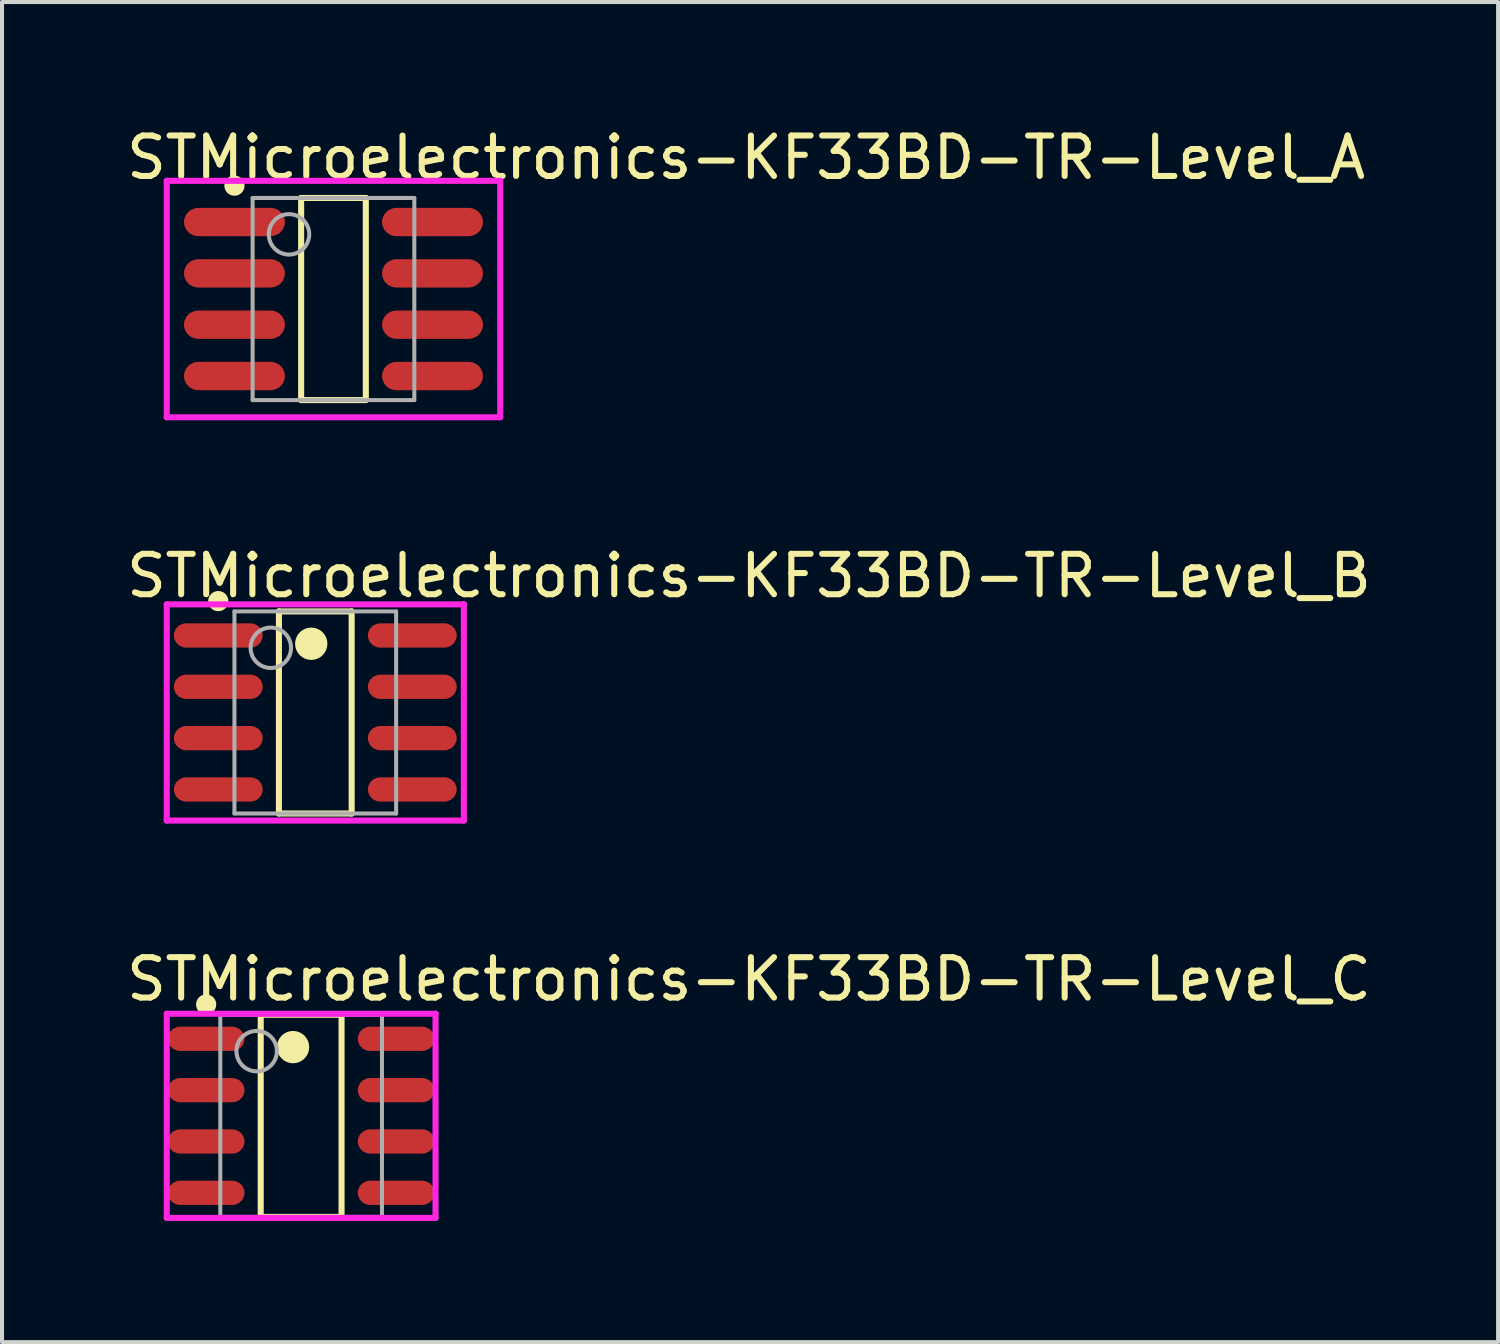
<source format=kicad_pcb>
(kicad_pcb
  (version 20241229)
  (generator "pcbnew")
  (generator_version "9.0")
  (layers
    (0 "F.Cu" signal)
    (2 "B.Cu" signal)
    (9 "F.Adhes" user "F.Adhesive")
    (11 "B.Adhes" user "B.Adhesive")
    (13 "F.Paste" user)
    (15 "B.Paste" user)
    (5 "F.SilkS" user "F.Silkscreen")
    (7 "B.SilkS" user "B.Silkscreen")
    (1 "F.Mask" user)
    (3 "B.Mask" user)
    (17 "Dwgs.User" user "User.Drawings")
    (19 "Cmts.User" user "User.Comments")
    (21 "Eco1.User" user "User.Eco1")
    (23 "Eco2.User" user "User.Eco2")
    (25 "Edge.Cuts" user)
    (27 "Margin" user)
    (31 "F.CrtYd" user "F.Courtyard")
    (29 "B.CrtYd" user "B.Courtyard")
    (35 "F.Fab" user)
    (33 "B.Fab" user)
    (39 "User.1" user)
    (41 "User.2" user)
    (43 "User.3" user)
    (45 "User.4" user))
  (footprint "STMicroelectronics-KF33BD-TR-Level_A"
    (layer "F.Cu")
    (at 5.2 4.348)
    (property "Reference" "STMicroelectronics-KF33BD-TR-Level_A" (at -5.2 -3.5 0) (layer "F.SilkS") (effects (font (size 1 1) (thickness 0.15)) (justify left)))
    (attr through_hole)
    (fp_line (start -0.8 -2.5) (end 0.8 -2.5) (stroke (width 0.15) (type solid)) (layer "F.SilkS"))
    (fp_line (start -0.8 2.5) (end -0.8 -2.5) (stroke (width 0.15) (type solid)) (layer "F.SilkS"))
    (fp_line (start -0.8 2.5) (end 0.8 2.5) (stroke (width 0.15) (type solid)) (layer "F.SilkS"))
    (fp_line (start 0.8 2.5) (end 0.8 -2.5) (stroke (width 0.15) (type solid)) (layer "F.SilkS"))
    (fp_circle (center -2.45 -2.805) (end -2.325 -2.805) (stroke (width 0.25) (type solid)) (fill no) (layer "F.SilkS"))
    (fp_line (start -4.125 -2.925) (end -4.125 2.925) (stroke (width 0.15) (type solid)) (layer "F.CrtYd"))
    (fp_line (start -4.125 2.925) (end 4.125 2.925) (stroke (width 0.15) (type solid)) (layer "F.CrtYd"))
    (fp_line (start 4.125 -2.925) (end -4.125 -2.925) (stroke (width 0.15) (type solid)) (layer "F.CrtYd"))
    (fp_line (start 4.125 -2.925) (end 4.125 -2.925) (stroke (width 0.15) (type solid)) (layer "F.CrtYd"))
    (fp_line (start 4.125 2.925) (end 4.125 -2.925) (stroke (width 0.15) (type solid)) (layer "F.CrtYd"))
    (fp_line (start -2 -2.5) (end 2 -2.5) (stroke (width 0.1) (type solid)) (layer "F.Fab"))
    (fp_line (start -2 2.5) (end -2 -2.5) (stroke (width 0.1) (type solid)) (layer "F.Fab"))
    (fp_line (start -2 2.5) (end 2 2.5) (stroke (width 0.1) (type solid)) (layer "F.Fab"))
    (fp_line (start 2 2.5) (end 2 -2.5) (stroke (width 0.1) (type solid)) (layer "F.Fab"))
    (fp_circle (center -1.1 -1.6) (end -0.6 -1.6) (stroke (width 0.1) (type solid)) (fill no) (layer "F.Fab"))
    (pad "1" smd roundrect (at -2.45 -1.905 270) (size 0.7 2.5) (layers "F.Cu" "F.Mask" "F.Paste") (roundrect_rratio 0.5))
    (pad "2" smd roundrect (at -2.45 -0.635 270) (size 0.7 2.5) (layers "F.Cu" "F.Mask" "F.Paste") (roundrect_rratio 0.5))
    (pad "3" smd roundrect (at -2.45 0.635 270) (size 0.7 2.5) (layers "F.Cu" "F.Mask" "F.Paste") (roundrect_rratio 0.5))
    (pad "4" smd roundrect (at -2.45 1.905 270) (size 0.7 2.5) (layers "F.Cu" "F.Mask" "F.Paste") (roundrect_rratio 0.5))
    (pad "5" smd roundrect (at 2.45 1.905 270) (size 0.7 2.5) (layers "F.Cu" "F.Mask" "F.Paste") (roundrect_rratio 0.5))
    (pad "6" smd roundrect (at 2.45 0.635 270) (size 0.7 2.5) (layers "F.Cu" "F.Mask" "F.Paste") (roundrect_rratio 0.5))
    (pad "7" smd roundrect (at 2.45 -0.635 270) (size 0.7 2.5) (layers "F.Cu" "F.Mask" "F.Paste") (roundrect_rratio 0.5))
    (pad "8" smd roundrect (at 2.45 -1.905 270) (size 0.7 2.5) (layers "F.Cu" "F.Mask" "F.Paste") (roundrect_rratio 0.5)))
  (footprint "STMicroelectronics-KF33BD-TR-Level_B"
    (layer "F.Cu")
    (at 4.75 14.576)
    (property "Reference" "STMicroelectronics-KF33BD-TR-Level_B" (at -4.75 -3.38 0) (layer "F.SilkS") (effects (font (size 1 1) (thickness 0.15)) (justify left)))
    (attr through_hole)
    (fp_line (start -0.9 -2.5) (end 0.9 -2.5) (stroke (width 0.15) (type solid)) (layer "F.SilkS"))
    (fp_line (start -0.9 2.5) (end -0.9 -2.5) (stroke (width 0.15) (type solid)) (layer "F.SilkS"))
    (fp_line (start -0.9 2.5) (end 0.9 2.5) (stroke (width 0.15) (type solid)) (layer "F.SilkS"))
    (fp_line (start 0.9 2.5) (end 0.9 -2.5) (stroke (width 0.15) (type solid)) (layer "F.SilkS"))
    (fp_circle (center -2.4 -2.755) (end -2.275 -2.755) (stroke (width 0.25) (type solid)) (fill no) (layer "F.SilkS"))
    (fp_circle (center -0.1 -1.7) (end 0.1 -1.7) (stroke (width 0.4) (type solid)) (fill no) (layer "F.SilkS"))
    (fp_line (start -3.675 -2.675) (end -3.675 2.675) (stroke (width 0.15) (type solid)) (layer "F.CrtYd"))
    (fp_line (start -3.675 2.675) (end 3.675 2.675) (stroke (width 0.15) (type solid)) (layer "F.CrtYd"))
    (fp_line (start 3.675 -2.675) (end -3.675 -2.675) (stroke (width 0.15) (type solid)) (layer "F.CrtYd"))
    (fp_line (start 3.675 -2.675) (end 3.675 -2.675) (stroke (width 0.15) (type solid)) (layer "F.CrtYd"))
    (fp_line (start 3.675 2.675) (end 3.675 -2.675) (stroke (width 0.15) (type solid)) (layer "F.CrtYd"))
    (fp_line (start -2 -2.5) (end 2 -2.5) (stroke (width 0.1) (type solid)) (layer "F.Fab"))
    (fp_line (start -2 2.5) (end -2 -2.5) (stroke (width 0.1) (type solid)) (layer "F.Fab"))
    (fp_line (start -2 2.5) (end 2 2.5) (stroke (width 0.1) (type solid)) (layer "F.Fab"))
    (fp_line (start 2 2.5) (end 2 -2.5) (stroke (width 0.1) (type solid)) (layer "F.Fab"))
    (fp_circle (center -1.1 -1.6) (end -0.6 -1.6) (stroke (width 0.1) (type solid)) (fill no) (layer "F.Fab"))
    (pad "1" smd roundrect (at -2.4 -1.905 270) (size 0.6 2.2) (layers "F.Cu" "F.Mask" "F.Paste") (roundrect_rratio 0.5))
    (pad "2" smd roundrect (at -2.4 -0.635 270) (size 0.6 2.2) (layers "F.Cu" "F.Mask" "F.Paste") (roundrect_rratio 0.5))
    (pad "3" smd roundrect (at -2.4 0.635 270) (size 0.6 2.2) (layers "F.Cu" "F.Mask" "F.Paste") (roundrect_rratio 0.5))
    (pad "4" smd roundrect (at -2.4 1.905 270) (size 0.6 2.2) (layers "F.Cu" "F.Mask" "F.Paste") (roundrect_rratio 0.5))
    (pad "5" smd roundrect (at 2.4 1.905 270) (size 0.6 2.2) (layers "F.Cu" "F.Mask" "F.Paste") (roundrect_rratio 0.5))
    (pad "6" smd roundrect (at 2.4 0.635 270) (size 0.6 2.2) (layers "F.Cu" "F.Mask" "F.Paste") (roundrect_rratio 0.5))
    (pad "7" smd roundrect (at 2.4 -0.635 270) (size 0.6 2.2) (layers "F.Cu" "F.Mask" "F.Paste") (roundrect_rratio 0.5))
    (pad "8" smd roundrect (at 2.4 -1.905 270) (size 0.6 2.2) (layers "F.Cu" "F.Mask" "F.Paste") (roundrect_rratio 0.5)))
  (footprint "STMicroelectronics-KF33BD-TR-Level_C"
    (layer "F.Cu")
    (at 4.4 24.555)
    (property "Reference" "STMicroelectronics-KF33BD-TR-Level_C" (at -4.4 -3.38 0) (layer "F.SilkS") (effects (font (size 1 1) (thickness 0.15)) (justify left)))
    (attr through_hole)
    (fp_line (start -1 -2.5) (end 1 -2.5) (stroke (width 0.15) (type solid)) (layer "F.SilkS"))
    (fp_line (start -1 2.5) (end -1 -2.5) (stroke (width 0.15) (type solid)) (layer "F.SilkS"))
    (fp_line (start -1 2.5) (end 1 2.5) (stroke (width 0.15) (type solid)) (layer "F.SilkS"))
    (fp_line (start 1 2.5) (end 1 -2.5) (stroke (width 0.15) (type solid)) (layer "F.SilkS"))
    (fp_circle (center -2.35 -2.755) (end -2.225 -2.755) (stroke (width 0.25) (type solid)) (fill no) (layer "F.SilkS"))
    (fp_circle (center -0.2 -1.7) (end 0 -1.7) (stroke (width 0.4) (type solid)) (fill no) (layer "F.SilkS"))
    (fp_line (start -3.325 -2.525) (end -3.325 2.525) (stroke (width 0.15) (type solid)) (layer "F.CrtYd"))
    (fp_line (start -3.325 2.525) (end 3.325 2.525) (stroke (width 0.15) (type solid)) (layer "F.CrtYd"))
    (fp_line (start 3.325 -2.525) (end -3.325 -2.525) (stroke (width 0.15) (type solid)) (layer "F.CrtYd"))
    (fp_line (start 3.325 -2.525) (end 3.325 -2.525) (stroke (width 0.15) (type solid)) (layer "F.CrtYd"))
    (fp_line (start 3.325 2.525) (end 3.325 -2.525) (stroke (width 0.15) (type solid)) (layer "F.CrtYd"))
    (fp_line (start -2 -2.5) (end 2 -2.5) (stroke (width 0.1) (type solid)) (layer "F.Fab"))
    (fp_line (start -2 2.5) (end -2 -2.5) (stroke (width 0.1) (type solid)) (layer "F.Fab"))
    (fp_line (start -2 2.5) (end 2 2.5) (stroke (width 0.1) (type solid)) (layer "F.Fab"))
    (fp_line (start 2 2.5) (end 2 -2.5) (stroke (width 0.1) (type solid)) (layer "F.Fab"))
    (fp_circle (center -1.1 -1.6) (end -0.6 -1.6) (stroke (width 0.1) (type solid)) (fill no) (layer "F.Fab"))
    (pad "1" smd roundrect (at -2.35 -1.905 270) (size 0.6 1.9) (layers "F.Cu" "F.Mask" "F.Paste") (roundrect_rratio 0.5))
    (pad "2" smd roundrect (at -2.35 -0.635 270) (size 0.6 1.9) (layers "F.Cu" "F.Mask" "F.Paste") (roundrect_rratio 0.5))
    (pad "3" smd roundrect (at -2.35 0.635 270) (size 0.6 1.9) (layers "F.Cu" "F.Mask" "F.Paste") (roundrect_rratio 0.5))
    (pad "4" smd roundrect (at -2.35 1.905 270) (size 0.6 1.9) (layers "F.Cu" "F.Mask" "F.Paste") (roundrect_rratio 0.5))
    (pad "5" smd roundrect (at 2.35 1.905 270) (size 0.6 1.9) (layers "F.Cu" "F.Mask" "F.Paste") (roundrect_rratio 0.5))
    (pad "6" smd roundrect (at 2.35 0.635 270) (size 0.6 1.9) (layers "F.Cu" "F.Mask" "F.Paste") (roundrect_rratio 0.5))
    (pad "7" smd roundrect (at 2.35 -0.635 270) (size 0.6 1.9) (layers "F.Cu" "F.Mask" "F.Paste") (roundrect_rratio 0.5))
    (pad "8" smd roundrect (at 2.35 -1.905 270) (size 0.6 1.9) (layers "F.Cu" "F.Mask" "F.Paste") (roundrect_rratio 0.5)))
  (gr_rect
    (start -3 -3)
    (end 34.012 30.155)
    (stroke (width 0.1) (type default))
    (fill no)
    (layer "Edge.Cuts")))
</source>
